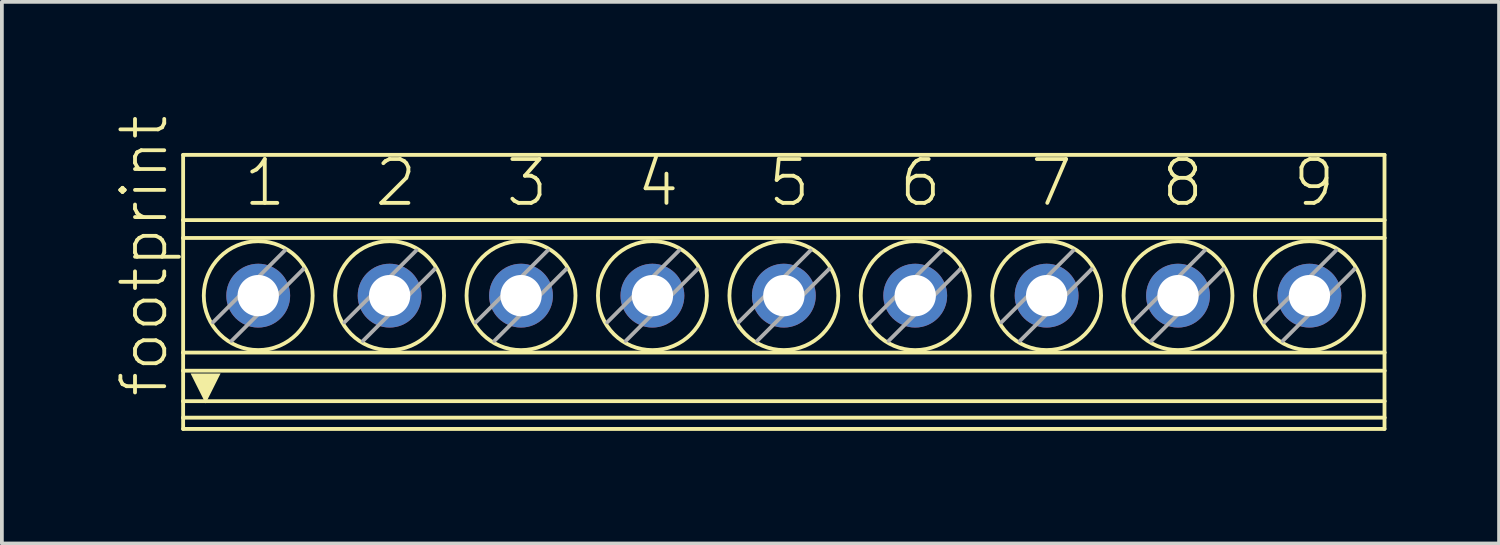
<source format=kicad_pcb>
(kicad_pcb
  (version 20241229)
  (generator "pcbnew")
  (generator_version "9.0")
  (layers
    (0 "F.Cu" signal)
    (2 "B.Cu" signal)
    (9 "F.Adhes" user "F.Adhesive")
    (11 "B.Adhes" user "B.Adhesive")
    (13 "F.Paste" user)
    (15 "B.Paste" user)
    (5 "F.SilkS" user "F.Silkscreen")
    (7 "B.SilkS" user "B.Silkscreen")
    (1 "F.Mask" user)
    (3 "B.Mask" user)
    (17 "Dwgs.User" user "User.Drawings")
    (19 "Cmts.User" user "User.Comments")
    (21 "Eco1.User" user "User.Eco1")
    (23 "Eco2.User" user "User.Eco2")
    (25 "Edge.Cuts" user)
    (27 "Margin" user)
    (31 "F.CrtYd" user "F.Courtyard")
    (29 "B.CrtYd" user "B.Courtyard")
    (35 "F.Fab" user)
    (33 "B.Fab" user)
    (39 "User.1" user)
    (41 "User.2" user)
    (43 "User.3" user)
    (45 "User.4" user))
  (footprint "footprint"
    (layer "F.Cu")
    (at 17.801 4.725)
    (property "Reference" "footprint" (at -16.328 2.857 90) (layer "F.SilkS") (effects (font (size 1.168 1.168) (thickness 0.102)) (justify left bottom)))
    (fp_line (start -15.973 -3.65) (end -15.973 -1.912) (stroke (width 0.102) (type solid)) (layer "F.SilkS"))
    (fp_line (start -15.973 -3.65) (end 16.027 -3.65) (stroke (width 0.102) (type solid)) (layer "F.SilkS"))
    (fp_line (start -15.973 -1.912) (end -15.973 -1.437) (stroke (width 0.102) (type solid)) (layer "F.SilkS"))
    (fp_line (start -15.973 -1.912) (end 16.027 -1.912) (stroke (width 0.102) (type solid)) (layer "F.SilkS"))
    (fp_line (start -15.973 1.616) (end -15.973 -1.437) (stroke (width 0.102) (type solid)) (layer "F.SilkS"))
    (fp_line (start -15.973 1.616) (end -15.973 2.099) (stroke (width 0.102) (type solid)) (layer "F.SilkS"))
    (fp_line (start -15.973 1.616) (end 16.027 1.616) (stroke (width 0.102) (type solid)) (layer "F.SilkS"))
    (fp_line (start -15.973 2.099) (end -15.973 2.911) (stroke (width 0.102) (type solid)) (layer "F.SilkS"))
    (fp_line (start -15.973 2.911) (end -15.973 3.35) (stroke (width 0.102) (type solid)) (layer "F.SilkS"))
    (fp_line (start -15.973 3.35) (end -15.973 3.65) (stroke (width 0.102) (type solid)) (layer "F.SilkS"))
    (fp_line (start -15.973 3.35) (end 16.027 3.35) (stroke (width 0.102) (type solid)) (layer "F.SilkS"))
    (fp_line (start -15.973 3.65) (end 16.027 3.65) (stroke (width 0.102) (type solid)) (layer "F.SilkS"))
    (fp_line (start -12.767 -0.611) (end -12.773 -0.605) (stroke (width 0.102) (type solid)) (layer "F.SilkS"))
    (fp_line (start -9.267 -0.611) (end -9.273 -0.605) (stroke (width 0.102) (type solid)) (layer "F.SilkS"))
    (fp_line (start -5.766 -0.611) (end -5.772 -0.605) (stroke (width 0.102) (type solid)) (layer "F.SilkS"))
    (fp_line (start -2.267 -0.611) (end -2.272 -0.605) (stroke (width 0.102) (type solid)) (layer "F.SilkS"))
    (fp_line (start 1.234 -0.611) (end 1.228 -0.605) (stroke (width 0.102) (type solid)) (layer "F.SilkS"))
    (fp_line (start 4.734 -0.611) (end 4.728 -0.605) (stroke (width 0.102) (type solid)) (layer "F.SilkS"))
    (fp_line (start 8.233 -0.611) (end 8.227 -0.605) (stroke (width 0.102) (type solid)) (layer "F.SilkS"))
    (fp_line (start 11.733 -0.611) (end 11.727 -0.605) (stroke (width 0.102) (type solid)) (layer "F.SilkS"))
    (fp_line (start 15.233 -0.611) (end 15.227 -0.605) (stroke (width 0.102) (type solid)) (layer "F.SilkS"))
    (fp_line (start 16.027 -3.65) (end 16.027 -1.912) (stroke (width 0.102) (type solid)) (layer "F.SilkS"))
    (fp_line (start 16.027 -1.437) (end -15.973 -1.437) (stroke (width 0.102) (type solid)) (layer "F.SilkS"))
    (fp_line (start 16.027 -1.437) (end 16.027 -1.912) (stroke (width 0.102) (type solid)) (layer "F.SilkS"))
    (fp_line (start 16.027 1.616) (end 16.027 -1.437) (stroke (width 0.102) (type solid)) (layer "F.SilkS"))
    (fp_line (start 16.027 1.616) (end 16.027 2.099) (stroke (width 0.102) (type solid)) (layer "F.SilkS"))
    (fp_line (start 16.027 2.099) (end -15.973 2.099) (stroke (width 0.102) (type solid)) (layer "F.SilkS"))
    (fp_line (start 16.027 2.099) (end 16.027 2.911) (stroke (width 0.102) (type solid)) (layer "F.SilkS"))
    (fp_line (start 16.027 2.911) (end -15.973 2.911) (stroke (width 0.102) (type solid)) (layer "F.SilkS"))
    (fp_line (start 16.027 2.911) (end 16.027 3.35) (stroke (width 0.102) (type solid)) (layer "F.SilkS"))
    (fp_line (start 16.027 3.35) (end 16.027 3.65) (stroke (width 0.102) (type solid)) (layer "F.SilkS"))
    (fp_circle (center -13.973 0.1) (end -12.523 0.1) (stroke (width 0.102) (type solid)) (fill no) (layer "F.SilkS"))
    (fp_circle (center -10.473 0.1) (end -9.023 0.1) (stroke (width 0.102) (type solid)) (fill no) (layer "F.SilkS"))
    (fp_circle (center -6.973 0.1) (end -5.522 0.1) (stroke (width 0.102) (type solid)) (fill no) (layer "F.SilkS"))
    (fp_circle (center -3.473 0.1) (end -2.022 0.1) (stroke (width 0.102) (type solid)) (fill no) (layer "F.SilkS"))
    (fp_circle (center 0.028 0.1) (end 1.478 0.1) (stroke (width 0.102) (type solid)) (fill no) (layer "F.SilkS"))
    (fp_circle (center 3.527 0.1) (end 4.978 0.1) (stroke (width 0.102) (type solid)) (fill no) (layer "F.SilkS"))
    (fp_circle (center 7.027 0.1) (end 8.477 0.1) (stroke (width 0.102) (type solid)) (fill no) (layer "F.SilkS"))
    (fp_circle (center 10.527 0.1) (end 11.977 0.1) (stroke (width 0.102) (type solid)) (fill no) (layer "F.SilkS"))
    (fp_circle (center 14.027 0.1) (end 15.477 0.1) (stroke (width 0.102) (type solid)) (fill no) (layer "F.SilkS"))
    (fp_poly (pts (xy -15.375 2.971) (xy -15.775 2.172) (xy -14.975 2.172)) (stroke (width 0) (type solid)) (fill yes) (layer "F.SilkS"))
    (fp_line (start -15.178 0.811) (end -13.261 -1.106) (stroke (width 0.102) (type solid)) (layer "F.Fab"))
    (fp_line (start -12.773 -0.605) (end -14.684 1.306) (stroke (width 0.102) (type solid)) (layer "F.Fab"))
    (fp_line (start -11.678 0.811) (end -9.761 -1.106) (stroke (width 0.102) (type solid)) (layer "F.Fab"))
    (fp_line (start -9.273 -0.605) (end -11.184 1.306) (stroke (width 0.102) (type solid)) (layer "F.Fab"))
    (fp_line (start -8.178 0.811) (end -6.261 -1.106) (stroke (width 0.102) (type solid)) (layer "F.Fab"))
    (fp_line (start -5.772 -0.605) (end -7.684 1.306) (stroke (width 0.102) (type solid)) (layer "F.Fab"))
    (fp_line (start -4.678 0.811) (end -2.761 -1.106) (stroke (width 0.102) (type solid)) (layer "F.Fab"))
    (fp_line (start -2.272 -0.605) (end -4.184 1.306) (stroke (width 0.102) (type solid)) (layer "F.Fab"))
    (fp_line (start -1.179 0.811) (end 0.739 -1.106) (stroke (width 0.102) (type solid)) (layer "F.Fab"))
    (fp_line (start 1.228 -0.605) (end -0.683 1.306) (stroke (width 0.102) (type solid)) (layer "F.Fab"))
    (fp_line (start 2.321 0.811) (end 4.239 -1.106) (stroke (width 0.102) (type solid)) (layer "F.Fab"))
    (fp_line (start 4.728 -0.605) (end 2.817 1.306) (stroke (width 0.102) (type solid)) (layer "F.Fab"))
    (fp_line (start 5.822 0.811) (end 7.739 -1.106) (stroke (width 0.102) (type solid)) (layer "F.Fab"))
    (fp_line (start 8.227 -0.605) (end 6.316 1.306) (stroke (width 0.102) (type solid)) (layer "F.Fab"))
    (fp_line (start 9.322 0.811) (end 11.239 -1.106) (stroke (width 0.102) (type solid)) (layer "F.Fab"))
    (fp_line (start 11.727 -0.605) (end 9.816 1.306) (stroke (width 0.102) (type solid)) (layer "F.Fab"))
    (fp_line (start 12.822 0.811) (end 14.739 -1.106) (stroke (width 0.102) (type solid)) (layer "F.Fab"))
    (fp_line (start 15.227 -0.605) (end 13.316 1.306) (stroke (width 0.102) (type solid)) (layer "F.Fab"))
    (fp_text user "6" (at 3.04 -2.223 0) (layer "F.SilkS") (effects (font (size 1.168 1.168) (thickness 0.102)) (justify left bottom)))
    (fp_text user "8" (at 10.025 -2.223 0) (layer "F.SilkS") (effects (font (size 1.168 1.168) (thickness 0.102)) (justify left bottom)))
    (fp_text user "9" (at 13.525 -2.223 0) (layer "F.SilkS") (effects (font (size 1.168 1.168) (thickness 0.102)) (justify left bottom)))
    (fp_text user "7" (at 6.532 -2.223 0) (layer "F.SilkS") (effects (font (size 1.168 1.168) (thickness 0.102)) (justify left bottom)))
    (fp_text user "1" (at -14.422 -2.223 0) (layer "F.SilkS") (effects (font (size 1.168 1.168) (thickness 0.102)) (justify left bottom)))
    (fp_text user "3" (at -7.438 -2.223 0) (layer "F.SilkS") (effects (font (size 1.168 1.168) (thickness 0.102)) (justify left bottom)))
    (fp_text user "2" (at -10.93 -2.223 0) (layer "F.SilkS") (effects (font (size 1.168 1.168) (thickness 0.102)) (justify left bottom)))
    (fp_text user "5" (at -0.453 -2.223 0) (layer "F.SilkS") (effects (font (size 1.168 1.168) (thickness 0.102)) (justify left bottom)))
    (fp_text user "4" (at -3.945 -2.223 0) (layer "F.SilkS") (effects (font (size 1.168 1.168) (thickness 0.102)) (justify left bottom)))
    (pad "1" thru_hole circle (at -13.973 0.1 90) (size 1.7 1.7) (drill 1.1) (layers "*.Cu" "*.Mask"))
    (pad "2" thru_hole circle (at -10.473 0.1 90) (size 1.7 1.7) (drill 1.1) (layers "*.Cu" "*.Mask"))
    (pad "3" thru_hole circle (at -6.973 0.1 90) (size 1.7 1.7) (drill 1.1) (layers "*.Cu" "*.Mask"))
    (pad "4" thru_hole circle (at -3.473 0.1 90) (size 1.7 1.7) (drill 1.1) (layers "*.Cu" "*.Mask"))
    (pad "5" thru_hole circle (at 0.028 0.1 90) (size 1.7 1.7) (drill 1.1) (layers "*.Cu" "*.Mask"))
    (pad "6" thru_hole circle (at 3.527 0.1 90) (size 1.7 1.7) (drill 1.1) (layers "*.Cu" "*.Mask"))
    (pad "7" thru_hole circle (at 7.027 0.1 90) (size 1.7 1.7) (drill 1.1) (layers "*.Cu" "*.Mask"))
    (pad "8" thru_hole circle (at 10.527 0.1 90) (size 1.7 1.7) (drill 1.1) (layers "*.Cu" "*.Mask"))
    (pad "9" thru_hole circle (at 14.027 0.1 90) (size 1.7 1.7) (drill 1.1) (layers "*.Cu" "*.Mask")))
  (gr_rect
    (start -3 -3)
    (end 36.879 11.426)
    (stroke (width 0.1) (type default))
    (fill no)
    (layer "Edge.Cuts")))
</source>
